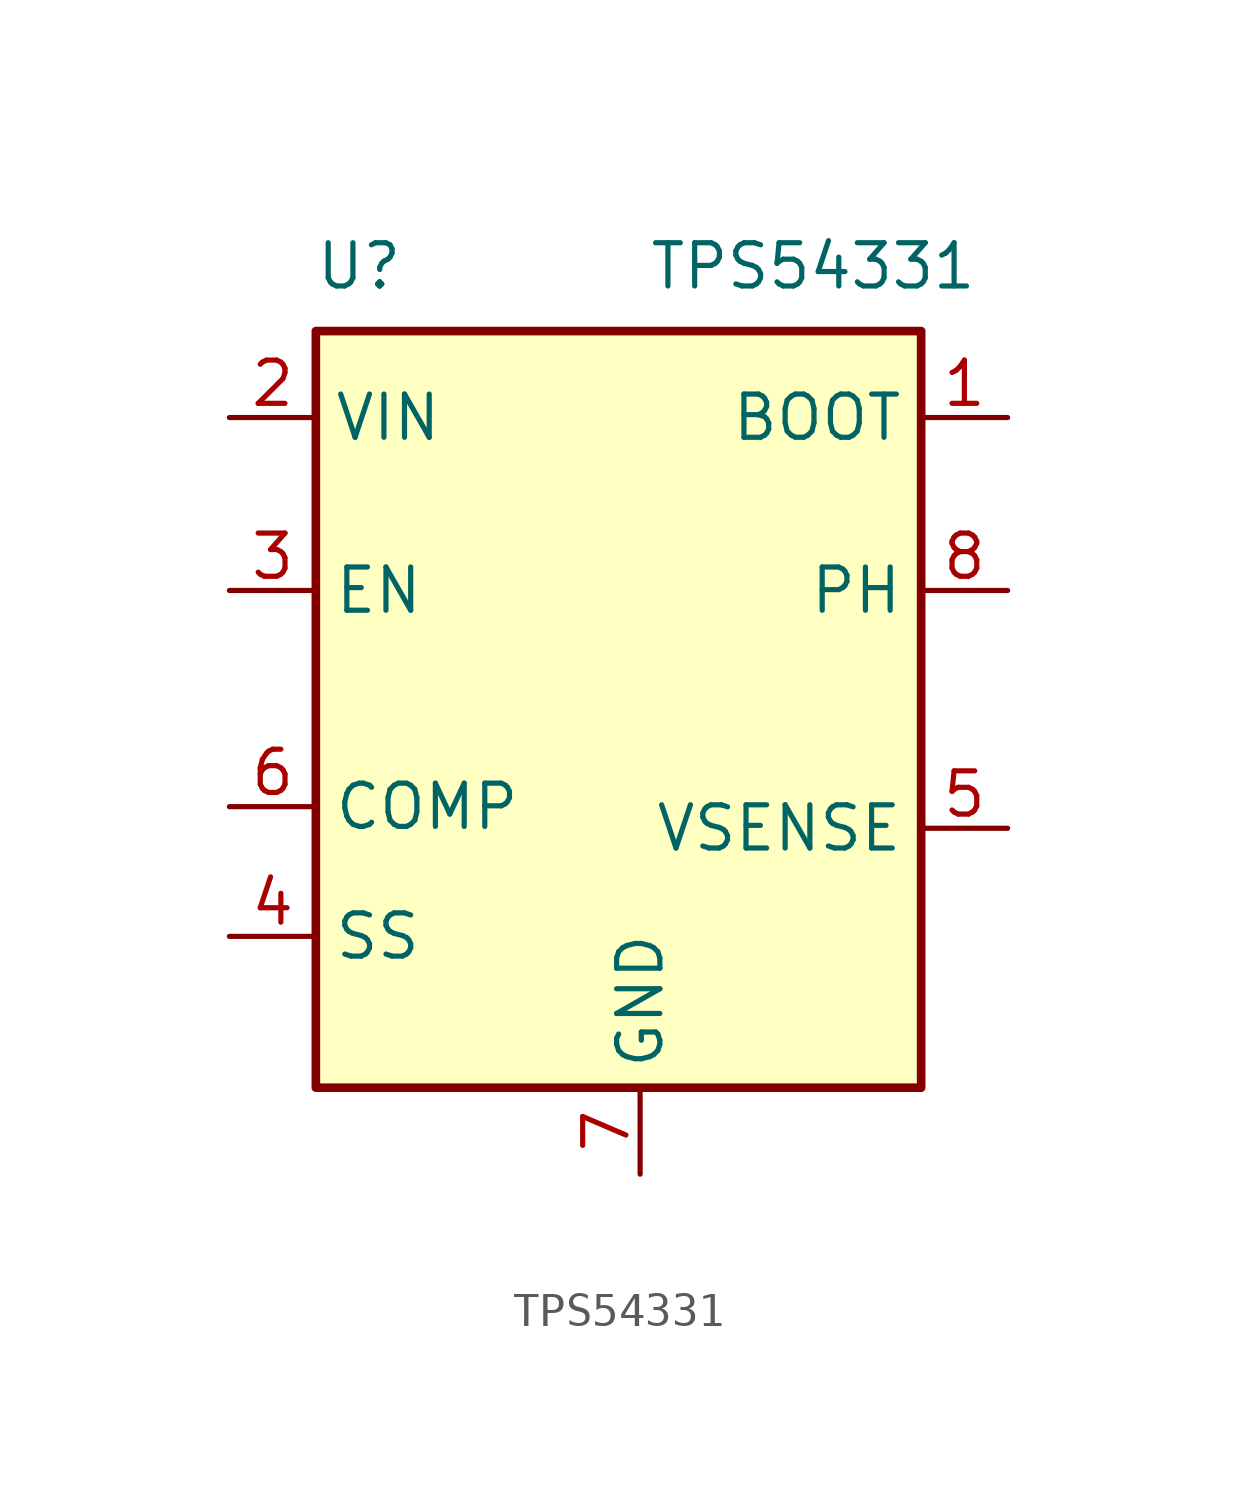
<source format=kicad_sym>
(kicad_symbol_lib
  (version 20211014)
  (generator kicad_symbol_editor)
  (symbol "TPS54331"
    (property "Reference" "U"
      (at -7.62 12.065 0)
      (effects (font (size 1.27 1.27))))
    (property "Value" "TPS54331"
      (at 5.715 12.065 0)
      (effects (font (size 1.27 1.27))))
    (symbol "TPS54331_0_1"
      (rectangle (start -8.89 10.16) (end 8.89 -12.065) (stroke (width 0.254) (type default) (color 0 0 0 0)) (fill (type background))))
    (symbol "TPS54331_1_1"
      (pin input line (at 11.43 7.62 180) (length 2.54) (name "BOOT" (effects (font (size 1.27 1.27)))) (number "1" (effects (font (size 1.27 1.27)))))
      (pin power_in line (at -11.43 7.62 0) (length 2.54) (name "VIN" (effects (font (size 1.27 1.27)))) (number "2" (effects (font (size 1.27 1.27)))))
      (pin input line (at -11.43 2.54 0) (length 2.54) (name "EN" (effects (font (size 1.27 1.27)))) (number "3" (effects (font (size 1.27 1.27)))))
      (pin input line (at -11.43 -7.62 0) (length 2.54) (name "SS" (effects (font (size 1.27 1.27)))) (number "4" (effects (font (size 1.27 1.27)))))
      (pin input line (at 11.43 -4.445 180) (length 2.54) (name "VSENSE" (effects (font (size 1.27 1.27)))) (number "5" (effects (font (size 1.27 1.27)))))
      (pin input line (at -11.43 -3.81 0) (length 2.54) (name "COMP" (effects (font (size 1.27 1.27)))) (number "6" (effects (font (size 1.27 1.27)))))
      (pin power_in line (at 0.635 -14.605 90) (length 2.54) (name "GND" (effects (font (size 1.27 1.27)))) (number "7" (effects (font (size 1.27 1.27)))))
      (pin output line (at 11.43 2.54 180) (length 2.54) (name "PH" (effects (font (size 1.27 1.27)))) (number "8" (effects (font (size 1.27 1.27))))))))
</source>
